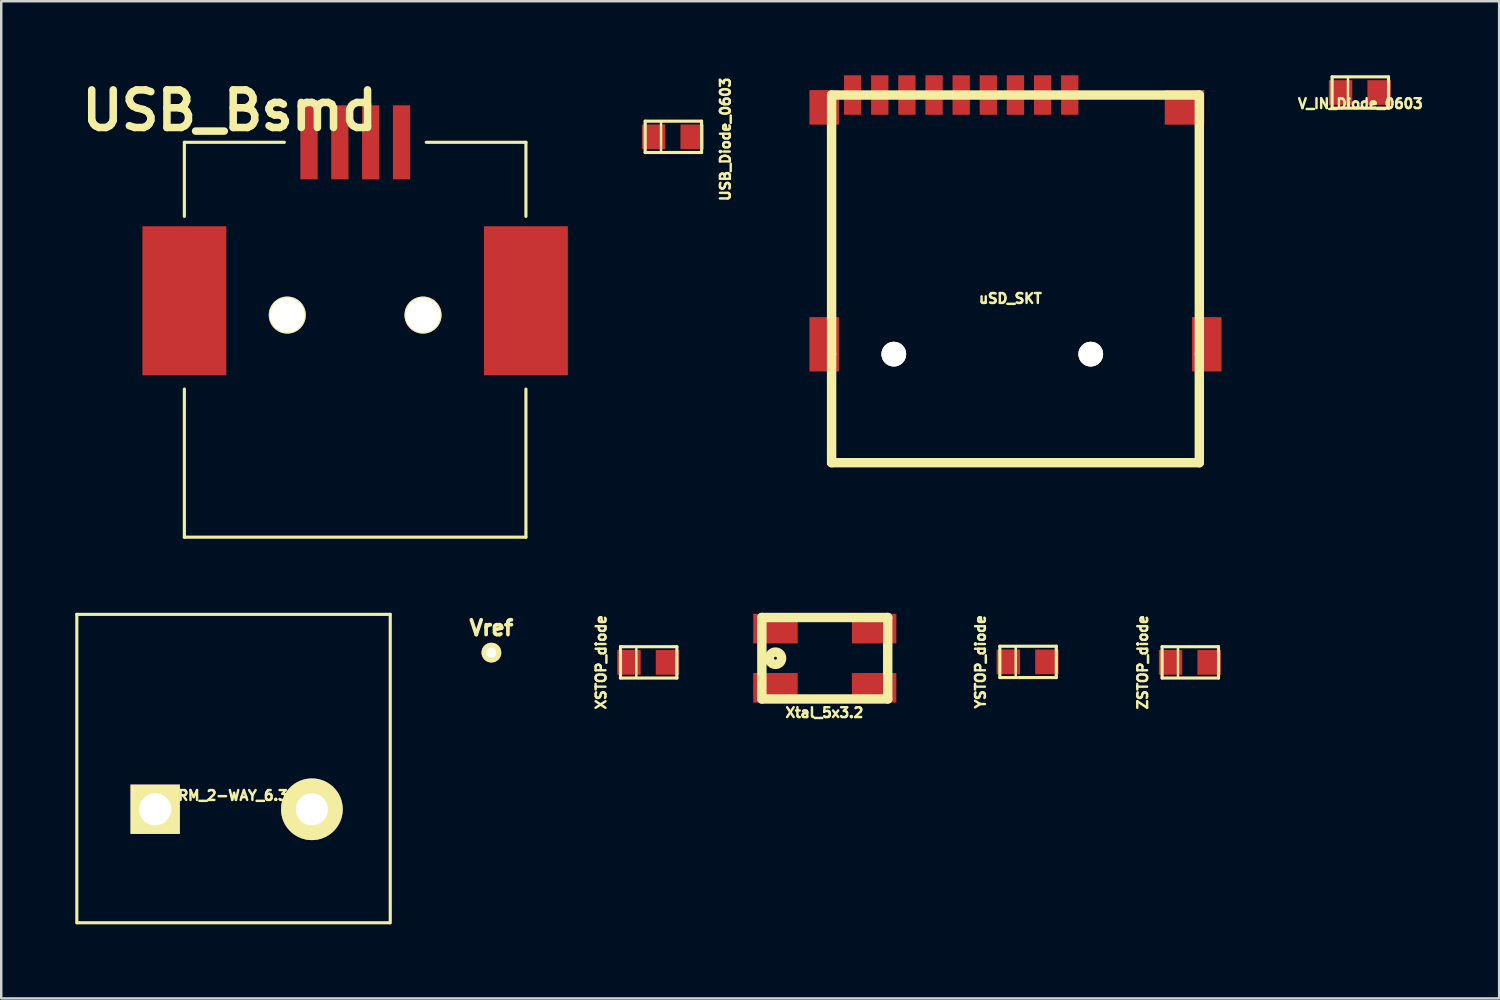
<source format=kicad_pcb>
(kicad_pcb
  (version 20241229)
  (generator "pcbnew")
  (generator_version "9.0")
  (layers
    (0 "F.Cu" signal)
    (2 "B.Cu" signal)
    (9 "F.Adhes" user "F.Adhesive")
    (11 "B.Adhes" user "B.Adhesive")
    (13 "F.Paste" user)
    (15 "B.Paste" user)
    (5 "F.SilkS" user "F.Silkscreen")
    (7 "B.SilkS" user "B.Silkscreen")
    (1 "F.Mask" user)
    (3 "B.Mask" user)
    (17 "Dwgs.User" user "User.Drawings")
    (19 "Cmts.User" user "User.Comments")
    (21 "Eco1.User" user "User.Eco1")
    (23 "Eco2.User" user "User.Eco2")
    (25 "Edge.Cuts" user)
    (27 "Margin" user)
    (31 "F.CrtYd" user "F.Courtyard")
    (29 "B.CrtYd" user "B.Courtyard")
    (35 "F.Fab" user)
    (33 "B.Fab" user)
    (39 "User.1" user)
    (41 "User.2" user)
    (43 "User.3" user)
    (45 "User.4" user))
  (footprint "USB_Bsmd"
    (layer "F.Cu")
    (at 9.471 2.717)
    (property "Reference" "USB_Bsmd" (at -3.216 -1.29 0) (layer "F.SilkS") (effects (font (size 1.524 1.524) (thickness 0.305))))
    (attr smd)
    (fp_line (start -5.05 0) (end -5.05 3) (stroke (width 0.127) (type solid)) (layer "F.SilkS"))
    (fp_line (start -5.05 0) (end -1 0) (stroke (width 0.127) (type solid)) (layer "F.SilkS"))
    (fp_line (start -5.05 16) (end -5.05 10) (stroke (width 0.127) (type solid)) (layer "F.SilkS"))
    (fp_line (start -5.05 16) (end 8.79 16) (stroke (width 0.127) (type solid)) (layer "F.SilkS"))
    (fp_line (start 4.75 0) (end 8.79 0) (stroke (width 0.127) (type solid)) (layer "F.SilkS"))
    (fp_line (start 8.79 0) (end 8.79 3) (stroke (width 0.127) (type solid)) (layer "F.SilkS"))
    (fp_line (start 8.79 10) (end 8.79 16) (stroke (width 0.127) (type solid)) (layer "F.SilkS"))
    (pad "1" smd rect (at 0 0) (size 0.7 3) (layers "F.Cu" "F.Mask" "F.Paste"))
    (pad "2" smd rect (at 1.25 0) (size 0.7 3) (layers "F.Cu" "F.Mask" "F.Paste"))
    (pad "3" smd rect (at 2.5 0) (size 0.7 3) (layers "F.Cu" "F.Mask" "F.Paste"))
    (pad "4" smd rect (at 3.75 0) (size 0.7 3) (layers "F.Cu" "F.Mask" "F.Paste"))
    (pad "CE" smd rect (at -5.05 6.42) (size 3.4 6.04) (layers "F.Cu" "F.Mask" "F.Paste"))
    (pad "CE" thru_hole circle (at -0.88 7) (size 1.5 1.5) (drill 1.4) (layers "*.Cu" "*.Mask" "F.SilkS"))
    (pad "CE" thru_hole circle (at 4.62 7) (size 1.5 1.5) (drill 1.4) (layers "*.Cu" "*.Mask" "F.SilkS"))
    (pad "CE" smd rect (at 8.79 6.42) (size 3.4 6.04) (layers "F.Cu" "F.Mask" "F.Paste")))
  (footprint "Vref"
    (layer "F.Cu")
    (at 16.862 23.395)
    (property "Reference" "Vref" (at 0 -1.001 0) (layer "F.SilkS") (effects (font (size 0.599 0.599) (thickness 0.15))))
    (attr through_hole)
    (pad "1" thru_hole circle (at 0 0) (size 0.8 0.8) (drill 0.399) (layers "*.Cu" "*.Mask" "F.SilkS")))
  (footprint "ZSTOP_diode"
    (layer "F.Cu")
    (at 45.183 23.79)
    (property "Reference" "ZSTOP_diode" (at -1.93 -0.003 90) (layer "F.SilkS") (effects (font (size 0.399 0.399) (thickness 0.099))))
    (attr smd)
    (fp_line (start -1.143 -0.635) (end 1.143 -0.635) (stroke (width 0.127) (type solid)) (layer "F.SilkS"))
    (fp_line (start -1.143 0.635) (end -1.143 -0.635) (stroke (width 0.127) (type solid)) (layer "F.SilkS"))
    (fp_line (start -0.5 -0.599) (end -0.5 0.599) (stroke (width 0.099) (type solid)) (layer "F.SilkS"))
    (fp_line (start 1.143 -0.635) (end 1.143 0.635) (stroke (width 0.127) (type solid)) (layer "F.SilkS"))
    (fp_line (start 1.143 0.635) (end -1.143 0.635) (stroke (width 0.127) (type solid)) (layer "F.SilkS"))
    (pad "1" smd rect (at 0.762 0) (size 0.95 1.001) (layers "F.Cu" "F.Mask" "F.Paste"))
    (pad "2" smd rect (at -0.8 0) (size 0.95 1.001) (layers "F.Cu" "F.Mask" "F.Paste")))
  (footprint "Xtal_5x3.2"
    (layer "F.Cu")
    (at 30.372 23.622)
    (property "Reference" "Xtal_5x3.2" (at -0.017 2.204 0) (layer "F.SilkS") (effects (font (size 0.399 0.399) (thickness 0.099))))
    (attr smd)
    (fp_line (start -2.55 -1.651) (end 2.55 -1.651) (stroke (width 0.381) (type solid)) (layer "F.SilkS"))
    (fp_line (start -2.55 1.651) (end -2.55 -1.651) (stroke (width 0.381) (type solid)) (layer "F.SilkS"))
    (fp_line (start 2.55 -1.651) (end 2.55 1.651) (stroke (width 0.381) (type solid)) (layer "F.SilkS"))
    (fp_line (start 2.55 1.651) (end -2.55 1.651) (stroke (width 0.381) (type solid)) (layer "F.SilkS"))
    (fp_circle (center -1.999 0) (end -1.75 0) (stroke (width 0.381) (type solid)) (fill no) (layer "F.SilkS"))
    (pad "1" smd rect (at -1.999 1.199) (size 1.801 1.199) (layers "F.Cu" "F.Mask" "F.Paste"))
    (pad "2" smd rect (at 1.999 1.199) (size 1.801 1.199) (layers "F.Cu" "F.Mask" "F.Paste"))
    (pad "3" smd rect (at 1.999 -1.199) (size 1.801 1.199) (layers "F.Cu" "F.Mask" "F.Paste"))
    (pad "4" smd rect (at -1.999 -1.199) (size 1.801 1.199) (layers "F.Cu" "F.Mask" "F.Paste")))
  (footprint "XSTOP_diode"
    (layer "F.Cu")
    (at 23.235 23.79)
    (property "Reference" "XSTOP_diode" (at -1.93 -0.003 90) (layer "F.SilkS") (effects (font (size 0.399 0.399) (thickness 0.099))))
    (attr smd)
    (fp_line (start -1.143 -0.635) (end 1.143 -0.635) (stroke (width 0.127) (type solid)) (layer "F.SilkS"))
    (fp_line (start -1.143 0.635) (end -1.143 -0.635) (stroke (width 0.127) (type solid)) (layer "F.SilkS"))
    (fp_line (start -0.5 -0.599) (end -0.5 0.599) (stroke (width 0.099) (type solid)) (layer "F.SilkS"))
    (fp_line (start 1.143 -0.635) (end 1.143 0.635) (stroke (width 0.127) (type solid)) (layer "F.SilkS"))
    (fp_line (start 1.143 0.635) (end -1.143 0.635) (stroke (width 0.127) (type solid)) (layer "F.SilkS"))
    (pad "1" smd rect (at 0.762 0) (size 0.95 1.001) (layers "F.Cu" "F.Mask" "F.Paste"))
    (pad "2" smd rect (at -0.8 0) (size 0.95 1.001) (layers "F.Cu" "F.Mask" "F.Paste")))
  (footprint "V_TERM_2-WAY_6.35mm"
    (layer "F.Cu")
    (at 6.413 29.743)
    (property "Reference" "V_TERM_2-WAY_6.35mm" (at 0.041 -0.559 0) (layer "F.SilkS") (effects (font (size 0.399 0.399) (thickness 0.099))))
    (attr through_hole)
    (fp_line (start -6.35 4.6) (end -6.35 -7.899) (stroke (width 0.127) (type solid)) (layer "F.SilkS"))
    (fp_line (start -6.34 4.6) (end 6.32 4.6) (stroke (width 0.127) (type solid)) (layer "F.SilkS"))
    (fp_line (start 6.35 -7.899) (end -6.35 -7.899) (stroke (width 0.127) (type solid)) (layer "F.SilkS"))
    (fp_line (start 6.35 4.6) (end 6.35 -7.899) (stroke (width 0.127) (type solid)) (layer "F.SilkS"))
    (pad "1" thru_hole rect (at -3.175 0) (size 1.999 1.999) (drill 1.3) (layers "*.Cu" "*.Mask" "F.SilkS"))
    (pad "2" thru_hole circle (at 3.175 0) (size 2.499 2.499) (drill 1.3) (layers "*.Cu" "*.Mask" "F.SilkS")))
  (footprint "V_IN_Diode_0603"
    (layer "F.Cu")
    (at 52.072 0.699)
    (property "Reference" "V_IN_Diode_0603" (at 0 0.45 0) (layer "F.SilkS") (effects (font (size 0.399 0.399) (thickness 0.099))))
    (attr smd)
    (fp_line (start -1.143 -0.635) (end 1.143 -0.635) (stroke (width 0.127) (type solid)) (layer "F.SilkS"))
    (fp_line (start -1.143 0.635) (end -1.143 -0.635) (stroke (width 0.127) (type solid)) (layer "F.SilkS"))
    (fp_line (start -0.5 -0.599) (end -0.5 0.599) (stroke (width 0.099) (type solid)) (layer "F.SilkS"))
    (fp_line (start 1.143 -0.635) (end 1.143 0.635) (stroke (width 0.127) (type solid)) (layer "F.SilkS"))
    (fp_line (start 1.143 0.635) (end -1.143 0.635) (stroke (width 0.127) (type solid)) (layer "F.SilkS"))
    (pad "1" smd rect (at 0.762 0) (size 0.95 1.001) (layers "F.Cu" "F.Mask" "F.Paste"))
    (pad "2" smd rect (at -0.8 0) (size 0.95 1.001) (layers "F.Cu" "F.Mask" "F.Paste")))
  (footprint "USB_Diode_0603"
    (layer "F.Cu")
    (at 24.236 2.495)
    (property "Reference" "USB_Diode_0603" (at 2.106 0.102 90) (layer "F.SilkS") (effects (font (size 0.399 0.399) (thickness 0.099))))
    (attr smd)
    (fp_line (start -1.143 -0.635) (end 1.143 -0.635) (stroke (width 0.127) (type solid)) (layer "F.SilkS"))
    (fp_line (start -1.143 0.635) (end -1.143 -0.635) (stroke (width 0.127) (type solid)) (layer "F.SilkS"))
    (fp_line (start -0.5 -0.599) (end -0.5 0.599) (stroke (width 0.099) (type solid)) (layer "F.SilkS"))
    (fp_line (start 1.143 -0.635) (end 1.143 0.635) (stroke (width 0.127) (type solid)) (layer "F.SilkS"))
    (fp_line (start 1.143 0.635) (end -1.143 0.635) (stroke (width 0.127) (type solid)) (layer "F.SilkS"))
    (pad "1" smd rect (at 0.762 0) (size 0.95 1.001) (layers "F.Cu" "F.Mask" "F.Paste"))
    (pad "2" smd rect (at -0.8 0) (size 0.95 1.001) (layers "F.Cu" "F.Mask" "F.Paste")))
  (footprint "uSD_SKT"
    (layer "F.Cu")
    (at 38.098 11.3)
    (property "Reference" "uSD_SKT" (at -0.206 -2.256 0) (layer "F.SilkS") (effects (font (size 0.399 0.399) (thickness 0.099))))
    (attr smd)
    (fp_line (start -7.45 -10.5) (end -7.45 0) (stroke (width 0.381) (type solid)) (layer "F.SilkS"))
    (fp_line (start -7.45 -10.5) (end 7.45 -10.5) (stroke (width 0.381) (type solid)) (layer "F.SilkS"))
    (fp_line (start -7.45 0) (end -7.45 4.399) (stroke (width 0.381) (type solid)) (layer "F.SilkS"))
    (fp_line (start -7.45 4.399) (end 7.45 4.399) (stroke (width 0.381) (type solid)) (layer "F.SilkS"))
    (fp_line (start 7.45 -10.5) (end 7.45 0) (stroke (width 0.381) (type solid)) (layer "F.SilkS"))
    (fp_line (start 7.45 0) (end 7.45 4.399) (stroke (width 0.381) (type solid)) (layer "F.SilkS"))
    (pad "1" smd rect (at 2.2 -10.5) (size 0.701 1.6) (layers "F.Cu" "F.Mask" "F.Paste"))
    (pad "2" smd rect (at 1.1 -10.5) (size 0.701 1.6) (layers "F.Cu" "F.Mask" "F.Paste"))
    (pad "3" smd rect (at 0 -10.5) (size 0.701 1.6) (layers "F.Cu" "F.Mask" "F.Paste"))
    (pad "4" smd rect (at -1.1 -10.5) (size 0.701 1.6) (layers "F.Cu" "F.Mask" "F.Paste"))
    (pad "5" smd rect (at -2.2 -10.5) (size 0.701 1.6) (layers "F.Cu" "F.Mask" "F.Paste"))
    (pad "6" smd rect (at -3.299 -10.5) (size 0.701 1.6) (layers "F.Cu" "F.Mask" "F.Paste"))
    (pad "7" smd rect (at -4.399 -10.5) (size 0.701 1.6) (layers "F.Cu" "F.Mask" "F.Paste"))
    (pad "8" smd rect (at -5.499 -10.5) (size 0.701 1.6) (layers "F.Cu" "F.Mask" "F.Paste"))
    (pad "9" smd rect (at -6.599 -10.5) (size 0.701 1.6) (layers "F.Cu" "F.Mask" "F.Paste"))
    (pad "G" smd rect (at -7.75 -10) (size 1.199 1.4) (layers "F.Cu" "F.Mask" "F.Paste"))
    (pad "G" smd rect (at -7.75 -0.399) (size 1.199 2.2) (layers "F.Cu" "F.Mask" "F.Paste"))
    (pad "G" smd rect (at 6.85 -10) (size 1.6 1.4) (layers "F.Cu" "F.Mask" "F.Paste"))
    (pad "G" smd rect (at 7.75 -0.399) (size 1.199 2.2) (layers "F.Cu" "F.Mask" "F.Paste"))
    (pad "H" thru_hole circle (at -4.93 0) (size 1.001 1.001) (drill 1.001) (layers "*.Cu" "*.Mask" "F.SilkS"))
    (pad "H" thru_hole circle (at 3.051 0) (size 1.001 1.001) (drill 1.001) (layers "*.Cu" "*.Mask" "F.SilkS")))
  (footprint "YSTOP_diode"
    (layer "F.Cu")
    (at 38.609 23.771)
    (property "Reference" "YSTOP_diode" (at -1.93 -0.003 90) (layer "F.SilkS") (effects (font (size 0.399 0.399) (thickness 0.099))))
    (attr smd)
    (fp_line (start -1.143 -0.635) (end 1.143 -0.635) (stroke (width 0.127) (type solid)) (layer "F.SilkS"))
    (fp_line (start -1.143 0.635) (end -1.143 -0.635) (stroke (width 0.127) (type solid)) (layer "F.SilkS"))
    (fp_line (start -0.5 -0.599) (end -0.5 0.599) (stroke (width 0.099) (type solid)) (layer "F.SilkS"))
    (fp_line (start 1.143 -0.635) (end 1.143 0.635) (stroke (width 0.127) (type solid)) (layer "F.SilkS"))
    (fp_line (start 1.143 0.635) (end -1.143 0.635) (stroke (width 0.127) (type solid)) (layer "F.SilkS"))
    (pad "1" smd rect (at 0.762 0) (size 0.95 1.001) (layers "F.Cu" "F.Mask" "F.Paste"))
    (pad "2" smd rect (at -0.8 0) (size 0.95 1.001) (layers "F.Cu" "F.Mask" "F.Paste")))
  (gr_rect
    (start -3 -3)
    (end 57.697 37.407)
    (stroke (width 0.1) (type default))
    (fill no)
    (layer "Edge.Cuts")))
</source>
